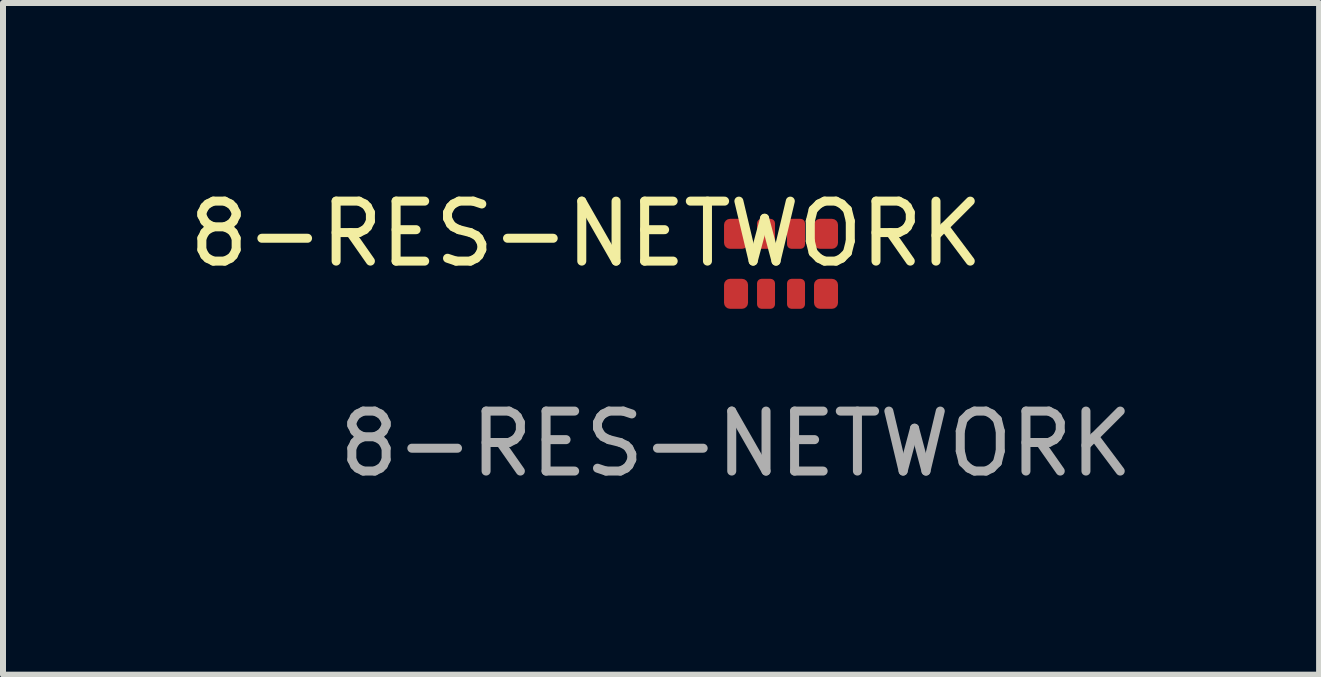
<source format=kicad_pcb>
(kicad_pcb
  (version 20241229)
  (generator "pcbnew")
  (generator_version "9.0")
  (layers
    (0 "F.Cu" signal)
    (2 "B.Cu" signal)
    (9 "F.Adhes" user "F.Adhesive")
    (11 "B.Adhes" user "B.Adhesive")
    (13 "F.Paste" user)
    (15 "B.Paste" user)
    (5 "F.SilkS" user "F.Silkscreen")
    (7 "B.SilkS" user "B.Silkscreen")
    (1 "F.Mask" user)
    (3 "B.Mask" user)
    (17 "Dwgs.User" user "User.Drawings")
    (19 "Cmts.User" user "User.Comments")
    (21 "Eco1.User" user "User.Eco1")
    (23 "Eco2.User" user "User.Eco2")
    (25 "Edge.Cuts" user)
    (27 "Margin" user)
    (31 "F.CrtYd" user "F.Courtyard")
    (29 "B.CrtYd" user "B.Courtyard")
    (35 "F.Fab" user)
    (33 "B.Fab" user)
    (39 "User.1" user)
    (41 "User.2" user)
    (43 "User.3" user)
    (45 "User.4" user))
  (footprint "8-RES-NETWORK"
    (layer "F.Cu")
    (at 9.22 1.348)
    (property "Reference" "8-RES-NETWORK" (at -2.5 -0.5 0) (unlocked yes) (layer "F.SilkS") (effects (font (size 1 1) (thickness 0.15))))
    (attr smd)
    (fp_text user "${REFERENCE}" (at 0 3 0) (unlocked yes) (layer "F.Fab") (effects (font (size 1 1) (thickness 0.15))))
    (pad "1" smd roundrect (at 0 0.5 180) (size 0.4 0.5) (layers "F.Cu" "F.Mask" "F.Paste") (roundrect_rratio 0.25))
    (pad "2" smd roundrect (at 0.5 0.5 180) (size 0.3 0.5) (layers "F.Cu" "F.Mask" "F.Paste") (roundrect_rratio 0.25))
    (pad "3" smd roundrect (at 1 0.5 180) (size 0.3 0.5) (layers "F.Cu" "F.Mask" "F.Paste") (roundrect_rratio 0.25))
    (pad "4" smd roundrect (at 1.5 0.5 180) (size 0.4 0.5) (layers "F.Cu" "F.Mask" "F.Paste") (roundrect_rratio 0.25))
    (pad "5" smd roundrect (at 1.5 -0.5 180) (size 0.4 0.5) (layers "F.Cu" "F.Mask" "F.Paste") (roundrect_rratio 0.25))
    (pad "6" smd roundrect (at 1 -0.5 180) (size 0.3 0.5) (layers "F.Cu" "F.Mask" "F.Paste") (roundrect_rratio 0.25))
    (pad "7" smd roundrect (at 0.5 -0.5 180) (size 0.3 0.5) (layers "F.Cu" "F.Mask" "F.Paste") (roundrect_rratio 0.25))
    (pad "8" smd roundrect (at 0 -0.5 180) (size 0.4 0.5) (layers "F.Cu" "F.Mask" "F.Paste") (roundrect_rratio 0.25)))
  (gr_rect
    (start -3 -3)
    (end 18.94 8.197)
    (stroke (width 0.1) (type default))
    (fill no)
    (layer "Edge.Cuts")))
</source>
